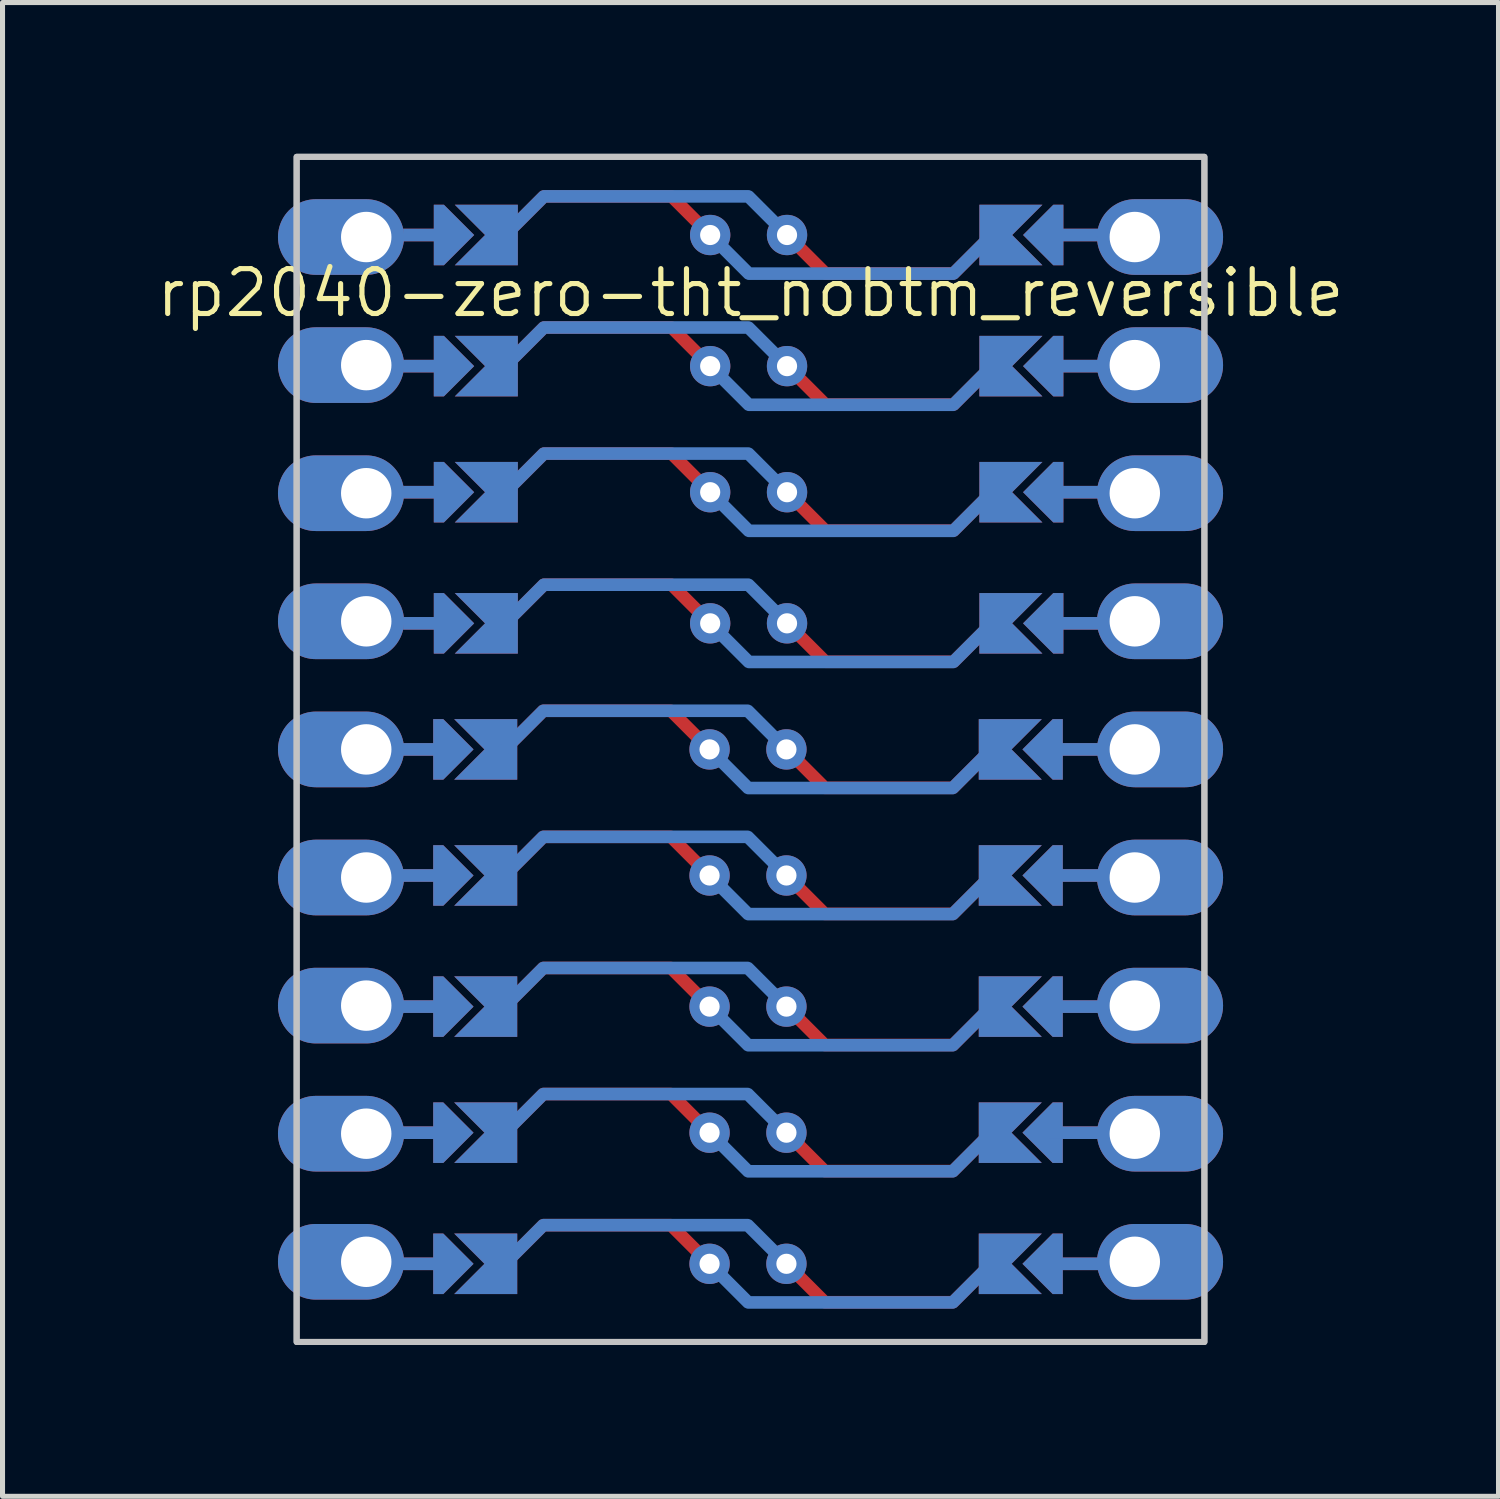
<source format=kicad_pcb>
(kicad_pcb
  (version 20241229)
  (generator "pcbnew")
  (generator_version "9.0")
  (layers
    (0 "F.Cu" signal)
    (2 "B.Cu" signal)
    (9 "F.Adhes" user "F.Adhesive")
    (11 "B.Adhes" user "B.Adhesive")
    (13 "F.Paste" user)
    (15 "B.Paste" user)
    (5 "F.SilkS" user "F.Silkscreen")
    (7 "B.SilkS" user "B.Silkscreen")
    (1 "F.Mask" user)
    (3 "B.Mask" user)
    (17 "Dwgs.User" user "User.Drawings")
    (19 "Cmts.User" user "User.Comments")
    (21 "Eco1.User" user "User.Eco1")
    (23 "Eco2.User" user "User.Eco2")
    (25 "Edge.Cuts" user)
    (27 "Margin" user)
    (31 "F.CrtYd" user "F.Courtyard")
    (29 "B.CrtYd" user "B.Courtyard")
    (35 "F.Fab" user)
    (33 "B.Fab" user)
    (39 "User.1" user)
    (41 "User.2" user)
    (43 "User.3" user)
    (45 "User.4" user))
  (footprint "rp2040-zero-tht_nobtm_reversible"
    (layer "F.Cu")
    (at 11.832 11.76)
    (property "Reference" "rp2040-zero-tht_nobtm_reversible" (at 0 -9 0) (layer "F.SilkS") (effects (font (size 0.889 0.889) (thickness 0.102))))
    (attr through_hole exclude_from_pos_files)
    (fp_rect (start -9 -11.7) (end 9 11.8) (stroke (width 0.12) (type solid)) (fill no) (layer "Dwgs.User"))
    (fp_rect (start -9 -11.7) (end 9 11.8) (stroke (width 0.12) (type solid)) (fill no) (layer "Dwgs.User"))
    (pad "" thru_hole oval (at -7.62 -10.11) (size 2.5 1.5) (drill 1 (offset -0.5 0)) (layers "*.Cu" "*.Mask"))
    (pad "" thru_hole oval (at -7.62 -7.57) (size 2.5 1.5) (drill 1 (offset -0.5 0)) (layers "*.Cu" "*.Mask"))
    (pad "" thru_hole oval (at -7.62 -5.03) (size 2.5 1.5) (drill 1 (offset -0.5 0)) (layers "*.Cu" "*.Mask"))
    (pad "" thru_hole oval (at -7.62 -2.49) (size 2.5 1.5) (drill 1 (offset -0.5 0)) (layers "*.Cu" "*.Mask"))
    (pad "" thru_hole oval (at -7.62 0.05) (size 2.5 1.5) (drill 1 (offset -0.5 0)) (layers "*.Cu" "*.Mask"))
    (pad "" thru_hole oval (at -7.62 2.59) (size 2.5 1.5) (drill 1 (offset -0.5 0)) (layers "*.Cu" "*.Mask"))
    (pad "" thru_hole oval (at -7.62 5.13) (size 2.5 1.5) (drill 1 (offset -0.5 0)) (layers "*.Cu" "*.Mask"))
    (pad "" thru_hole oval (at -7.62 7.67) (size 2.5 1.5) (drill 1 (offset -0.5 0)) (layers "*.Cu" "*.Mask"))
    (pad "" thru_hole oval (at -7.62 10.21) (size 2.5 1.5) (drill 1 (offset -0.5 0)) (layers "*.Cu" "*.Mask"))
    (pad "" smd custom (at -6.4 0.05 90) (size 0.25 1) (layers "F.Cu") (options (anchor rect)) (primitives))
    (pad "" smd custom (at -6.4 0.05 90) (size 0.25 1) (layers "B.Cu") (options (anchor rect)) (primitives))
    (pad "" smd custom (at -6.4 2.55 90) (size 0.25 1) (layers "F.Cu") (options (anchor rect)) (primitives))
    (pad "" smd custom (at -6.4 2.55 90) (size 0.25 1) (layers "B.Cu") (options (anchor rect)) (primitives))
    (pad "" smd custom (at -6.4 5.15 90) (size 0.25 1) (layers "F.Cu") (options (anchor rect)) (primitives))
    (pad "" smd custom (at -6.4 5.15 90) (size 0.25 1) (layers "B.Cu") (options (anchor rect)) (primitives))
    (pad "" smd custom (at -6.4 7.65 90) (size 0.25 1) (layers "F.Cu") (options (anchor rect)) (primitives))
    (pad "" smd custom (at -6.4 7.65 90) (size 0.25 1) (layers "B.Cu") (options (anchor rect)) (primitives))
    (pad "" smd custom (at -6.4 10.25 90) (size 0.25 1) (layers "F.Cu") (options (anchor rect)) (primitives))
    (pad "" smd custom (at -6.4 10.25 90) (size 0.25 1) (layers "B.Cu") (options (anchor rect)) (primitives))
    (pad "" smd custom (at -6.388 -10.15 90) (size 0.25 1) (layers "F.Cu") (options (anchor rect)) (primitives))
    (pad "" smd custom (at -6.388 -10.15 90) (size 0.25 1) (layers "B.Cu") (options (anchor rect)) (primitives))
    (pad "" smd custom (at -6.388 -7.55 90) (size 0.25 1) (layers "F.Cu") (options (anchor rect)) (primitives))
    (pad "" smd custom (at -6.388 -7.55 90) (size 0.25 1) (layers "B.Cu") (options (anchor rect)) (primitives))
    (pad "" smd custom (at -6.388 -5.05 90) (size 0.25 1) (layers "F.Cu") (options (anchor rect)) (primitives))
    (pad "" smd custom (at -6.388 -5.05 90) (size 0.25 1) (layers "B.Cu") (options (anchor rect)) (primitives))
    (pad "" smd custom (at -6.388 -2.45 90) (size 0.25 1) (layers "F.Cu") (options (anchor rect)) (primitives))
    (pad "" smd custom (at -6.388 -2.45 90) (size 0.25 1) (layers "B.Cu") (options (anchor rect)) (primitives))
    (pad "" smd custom (at -5.892 0.05 90) (size 0.1 0.1) (layers "F.Cu" "F.Mask") (options (anchor rect)) (primitives (gr_poly (pts (xy 0.6 -0.4) (xy -0.6 -0.4) (xy -0.6 -0.2) (xy 0 0.4) (xy 0.6 -0.2)) (width 0) (fill yes))))
    (pad "" smd custom (at -5.892 0.05 90) (size 0.1 0.1) (layers "B.Cu" "B.Mask") (options (anchor rect)) (primitives (gr_poly (pts (xy 0.6 -0.4) (xy -0.6 -0.4) (xy -0.6 -0.2) (xy 0 0.4) (xy 0.6 -0.2)) (width 0) (fill yes))))
    (pad "" smd custom (at -5.892 2.55 90) (size 0.1 0.1) (layers "F.Cu" "F.Mask") (options (anchor rect)) (primitives (gr_poly (pts (xy 0.6 -0.4) (xy -0.6 -0.4) (xy -0.6 -0.2) (xy 0 0.4) (xy 0.6 -0.2)) (width 0) (fill yes))))
    (pad "" smd custom (at -5.892 2.55 90) (size 0.1 0.1) (layers "B.Cu" "B.Mask") (options (anchor rect)) (primitives (gr_poly (pts (xy 0.6 -0.4) (xy -0.6 -0.4) (xy -0.6 -0.2) (xy 0 0.4) (xy 0.6 -0.2)) (width 0) (fill yes))))
    (pad "" smd custom (at -5.892 5.15 90) (size 0.1 0.1) (layers "F.Cu" "F.Mask") (options (anchor rect)) (primitives (gr_poly (pts (xy 0.6 -0.4) (xy -0.6 -0.4) (xy -0.6 -0.2) (xy 0 0.4) (xy 0.6 -0.2)) (width 0) (fill yes))))
    (pad "" smd custom (at -5.892 5.15 90) (size 0.1 0.1) (layers "B.Cu" "B.Mask") (options (anchor rect)) (primitives (gr_poly (pts (xy 0.6 -0.4) (xy -0.6 -0.4) (xy -0.6 -0.2) (xy 0 0.4) (xy 0.6 -0.2)) (width 0) (fill yes))))
    (pad "" smd custom (at -5.892 7.65 90) (size 0.1 0.1) (layers "F.Cu" "F.Mask") (options (anchor rect)) (primitives (gr_poly (pts (xy 0.6 -0.4) (xy -0.6 -0.4) (xy -0.6 -0.2) (xy 0 0.4) (xy 0.6 -0.2)) (width 0) (fill yes))))
    (pad "" smd custom (at -5.892 7.65 90) (size 0.1 0.1) (layers "B.Cu" "B.Mask") (options (anchor rect)) (primitives (gr_poly (pts (xy 0.6 -0.4) (xy -0.6 -0.4) (xy -0.6 -0.2) (xy 0 0.4) (xy 0.6 -0.2)) (width 0) (fill yes))))
    (pad "" smd custom (at -5.892 10.25 90) (size 0.1 0.1) (layers "F.Cu" "F.Mask") (options (anchor rect)) (primitives (gr_poly (pts (xy 0.6 -0.4) (xy -0.6 -0.4) (xy -0.6 -0.2) (xy 0 0.4) (xy 0.6 -0.2)) (width 0) (fill yes))))
    (pad "" smd custom (at -5.892 10.25 90) (size 0.1 0.1) (layers "B.Cu" "B.Mask") (options (anchor rect)) (primitives (gr_poly (pts (xy 0.6 -0.4) (xy -0.6 -0.4) (xy -0.6 -0.2) (xy 0 0.4) (xy 0.6 -0.2)) (width 0) (fill yes))))
    (pad "" smd custom (at -5.88 -10.15 90) (size 0.1 0.1) (layers "F.Cu" "F.Mask") (options (anchor rect)) (primitives (gr_poly (pts (xy 0.6 -0.4) (xy -0.6 -0.4) (xy -0.6 -0.2) (xy 0 0.4) (xy 0.6 -0.2)) (width 0) (fill yes))))
    (pad "" smd custom (at -5.88 -10.15 90) (size 0.1 0.1) (layers "B.Cu" "B.Mask") (options (anchor rect)) (primitives (gr_poly (pts (xy 0.6 -0.4) (xy -0.6 -0.4) (xy -0.6 -0.2) (xy 0 0.4) (xy 0.6 -0.2)) (width 0) (fill yes))))
    (pad "" smd custom (at -5.88 -7.55 90) (size 0.1 0.1) (layers "F.Cu" "F.Mask") (options (anchor rect)) (primitives (gr_poly (pts (xy 0.6 -0.4) (xy -0.6 -0.4) (xy -0.6 -0.2) (xy 0 0.4) (xy 0.6 -0.2)) (width 0) (fill yes))))
    (pad "" smd custom (at -5.88 -7.55 90) (size 0.1 0.1) (layers "B.Cu" "B.Mask") (options (anchor rect)) (primitives (gr_poly (pts (xy 0.6 -0.4) (xy -0.6 -0.4) (xy -0.6 -0.2) (xy 0 0.4) (xy 0.6 -0.2)) (width 0) (fill yes))))
    (pad "" smd custom (at -5.88 -5.05 90) (size 0.1 0.1) (layers "F.Cu" "F.Mask") (options (anchor rect)) (primitives (gr_poly (pts (xy 0.6 -0.4) (xy -0.6 -0.4) (xy -0.6 -0.2) (xy 0 0.4) (xy 0.6 -0.2)) (width 0) (fill yes))))
    (pad "" smd custom (at -5.88 -5.05 90) (size 0.1 0.1) (layers "B.Cu" "B.Mask") (options (anchor rect)) (primitives (gr_poly (pts (xy 0.6 -0.4) (xy -0.6 -0.4) (xy -0.6 -0.2) (xy 0 0.4) (xy 0.6 -0.2)) (width 0) (fill yes))))
    (pad "" smd custom (at -5.88 -2.45 90) (size 0.1 0.1) (layers "F.Cu" "F.Mask") (options (anchor rect)) (primitives (gr_poly (pts (xy 0.6 -0.4) (xy -0.6 -0.4) (xy -0.6 -0.2) (xy 0 0.4) (xy 0.6 -0.2)) (width 0) (fill yes))))
    (pad "" smd custom (at -5.88 -2.45 90) (size 0.1 0.1) (layers "B.Cu" "B.Mask") (options (anchor rect)) (primitives (gr_poly (pts (xy 0.6 -0.4) (xy -0.6 -0.4) (xy -0.6 -0.2) (xy 0 0.4) (xy 0.6 -0.2)) (width 0) (fill yes))))
    (pad "" smd custom (at 5.792 0.05 270) (size 0.1 0.1) (layers "F.Cu" "F.Mask") (options (anchor rect)) (primitives (gr_poly (pts (xy 0.6 -0.4) (xy -0.6 -0.4) (xy -0.6 -0.2) (xy 0 0.4) (xy 0.6 -0.2)) (width 0) (fill yes))))
    (pad "" smd custom (at 5.792 0.05 270) (size 0.1 0.1) (layers "B.Cu" "B.Mask") (options (anchor rect)) (primitives (gr_poly (pts (xy 0.6 -0.4) (xy -0.6 -0.4) (xy -0.6 -0.2) (xy 0 0.4) (xy 0.6 -0.2)) (width 0) (fill yes))))
    (pad "" smd custom (at 5.792 2.55 270) (size 0.1 0.1) (layers "F.Cu" "F.Mask") (options (anchor rect)) (primitives (gr_poly (pts (xy 0.6 -0.4) (xy -0.6 -0.4) (xy -0.6 -0.2) (xy 0 0.4) (xy 0.6 -0.2)) (width 0) (fill yes))))
    (pad "" smd custom (at 5.792 2.55 270) (size 0.1 0.1) (layers "B.Cu" "B.Mask") (options (anchor rect)) (primitives (gr_poly (pts (xy 0.6 -0.4) (xy -0.6 -0.4) (xy -0.6 -0.2) (xy 0 0.4) (xy 0.6 -0.2)) (width 0) (fill yes))))
    (pad "" smd custom (at 5.792 5.15 270) (size 0.1 0.1) (layers "F.Cu" "F.Mask") (options (anchor rect)) (primitives (gr_poly (pts (xy 0.6 -0.4) (xy -0.6 -0.4) (xy -0.6 -0.2) (xy 0 0.4) (xy 0.6 -0.2)) (width 0) (fill yes))))
    (pad "" smd custom (at 5.792 5.15 270) (size 0.1 0.1) (layers "B.Cu" "B.Mask") (options (anchor rect)) (primitives (gr_poly (pts (xy 0.6 -0.4) (xy -0.6 -0.4) (xy -0.6 -0.2) (xy 0 0.4) (xy 0.6 -0.2)) (width 0) (fill yes))))
    (pad "" smd custom (at 5.792 7.65 270) (size 0.1 0.1) (layers "F.Cu" "F.Mask") (options (anchor rect)) (primitives (gr_poly (pts (xy 0.6 -0.4) (xy -0.6 -0.4) (xy -0.6 -0.2) (xy 0 0.4) (xy 0.6 -0.2)) (width 0) (fill yes))))
    (pad "" smd custom (at 5.792 7.65 270) (size 0.1 0.1) (layers "B.Cu" "B.Mask") (options (anchor rect)) (primitives (gr_poly (pts (xy 0.6 -0.4) (xy -0.6 -0.4) (xy -0.6 -0.2) (xy 0 0.4) (xy 0.6 -0.2)) (width 0) (fill yes))))
    (pad "" smd custom (at 5.792 10.25 270) (size 0.1 0.1) (layers "F.Cu" "F.Mask") (options (anchor rect)) (primitives (gr_poly (pts (xy 0.6 -0.4) (xy -0.6 -0.4) (xy -0.6 -0.2) (xy 0 0.4) (xy 0.6 -0.2)) (width 0) (fill yes))))
    (pad "" smd custom (at 5.792 10.25 270) (size 0.1 0.1) (layers "B.Cu" "B.Mask") (options (anchor rect)) (primitives (gr_poly (pts (xy 0.6 -0.4) (xy -0.6 -0.4) (xy -0.6 -0.2) (xy 0 0.4) (xy 0.6 -0.2)) (width 0) (fill yes))))
    (pad "" smd custom (at 5.804 -10.15 270) (size 0.1 0.1) (layers "F.Cu" "F.Mask") (options (anchor rect)) (primitives (gr_poly (pts (xy 0.6 -0.4) (xy -0.6 -0.4) (xy -0.6 -0.2) (xy 0 0.4) (xy 0.6 -0.2)) (width 0) (fill yes))))
    (pad "" smd custom (at 5.804 -10.15 270) (size 0.1 0.1) (layers "B.Cu" "B.Mask") (options (anchor rect)) (primitives (gr_poly (pts (xy 0.6 -0.4) (xy -0.6 -0.4) (xy -0.6 -0.2) (xy 0 0.4) (xy 0.6 -0.2)) (width 0) (fill yes))))
    (pad "" smd custom (at 5.804 -7.55 270) (size 0.1 0.1) (layers "F.Cu" "F.Mask") (options (anchor rect)) (primitives (gr_poly (pts (xy 0.6 -0.4) (xy -0.6 -0.4) (xy -0.6 -0.2) (xy 0 0.4) (xy 0.6 -0.2)) (width 0) (fill yes))))
    (pad "" smd custom (at 5.804 -7.55 270) (size 0.1 0.1) (layers "B.Cu" "B.Mask") (options (anchor rect)) (primitives (gr_poly (pts (xy 0.6 -0.4) (xy -0.6 -0.4) (xy -0.6 -0.2) (xy 0 0.4) (xy 0.6 -0.2)) (width 0) (fill yes))))
    (pad "" smd custom (at 5.804 -5.05 270) (size 0.1 0.1) (layers "F.Cu" "F.Mask") (options (anchor rect)) (primitives (gr_poly (pts (xy 0.6 -0.4) (xy -0.6 -0.4) (xy -0.6 -0.2) (xy 0 0.4) (xy 0.6 -0.2)) (width 0) (fill yes))))
    (pad "" smd custom (at 5.804 -5.05 270) (size 0.1 0.1) (layers "B.Cu" "B.Mask") (options (anchor rect)) (primitives (gr_poly (pts (xy 0.6 -0.4) (xy -0.6 -0.4) (xy -0.6 -0.2) (xy 0 0.4) (xy 0.6 -0.2)) (width 0) (fill yes))))
    (pad "" smd custom (at 5.804 -2.45 270) (size 0.1 0.1) (layers "F.Cu" "F.Mask") (options (anchor rect)) (primitives (gr_poly (pts (xy 0.6 -0.4) (xy -0.6 -0.4) (xy -0.6 -0.2) (xy 0 0.4) (xy 0.6 -0.2)) (width 0) (fill yes))))
    (pad "" smd custom (at 5.804 -2.45 270) (size 0.1 0.1) (layers "B.Cu" "B.Mask") (options (anchor rect)) (primitives (gr_poly (pts (xy 0.6 -0.4) (xy -0.6 -0.4) (xy -0.6 -0.2) (xy 0 0.4) (xy 0.6 -0.2)) (width 0) (fill yes))))
    (pad "" smd custom (at 6.388 0.05 270) (size 0.25 1) (layers "F.Cu") (options (anchor rect)) (primitives))
    (pad "" smd custom (at 6.388 2.55 270) (size 0.25 1) (layers "F.Cu") (options (anchor rect)) (primitives))
    (pad "" smd custom (at 6.388 5.15 270) (size 0.25 1) (layers "F.Cu") (options (anchor rect)) (primitives))
    (pad "" smd custom (at 6.388 7.65 270) (size 0.25 1) (layers "F.Cu") (options (anchor rect)) (primitives))
    (pad "" smd custom (at 6.388 10.25 270) (size 0.25 1) (layers "F.Cu") (options (anchor rect)) (primitives))
    (pad "" smd custom (at 6.4 -10.15 270) (size 0.25 1) (layers "F.Cu") (options (anchor rect)) (primitives))
    (pad "" smd custom (at 6.4 -10.15 270) (size 0.25 1) (layers "B.Cu") (options (anchor rect)) (primitives))
    (pad "" smd custom (at 6.4 -7.55 270) (size 0.25 1) (layers "F.Cu") (options (anchor rect)) (primitives))
    (pad "" smd custom (at 6.4 -7.55 270) (size 0.25 1) (layers "B.Cu") (options (anchor rect)) (primitives))
    (pad "" smd custom (at 6.4 -5.05 270) (size 0.25 1) (layers "F.Cu") (options (anchor rect)) (primitives))
    (pad "" smd custom (at 6.4 -5.05 270) (size 0.25 1) (layers "B.Cu") (options (anchor rect)) (primitives))
    (pad "" smd custom (at 6.4 -2.45 270) (size 0.25 1) (layers "F.Cu") (options (anchor rect)) (primitives))
    (pad "" smd custom (at 6.4 -2.45 270) (size 0.25 1) (layers "B.Cu") (options (anchor rect)) (primitives))
    (pad "" smd custom (at 6.4 0.05 270) (size 0.25 1) (layers "B.Cu") (options (anchor rect)) (primitives))
    (pad "" smd custom (at 6.4 2.55 270) (size 0.25 1) (layers "B.Cu") (options (anchor rect)) (primitives))
    (pad "" smd custom (at 6.4 5.15 270) (size 0.25 1) (layers "B.Cu") (options (anchor rect)) (primitives))
    (pad "" smd custom (at 6.4 7.65 270) (size 0.25 1) (layers "B.Cu") (options (anchor rect)) (primitives))
    (pad "" smd custom (at 6.4 10.25 270) (size 0.25 1) (layers "B.Cu") (options (anchor rect)) (primitives))
    (pad "" thru_hole oval (at 7.62 -10.11 180) (size 2.5 1.5) (drill 1 (offset -0.5 0)) (layers "*.Cu" "*.Mask"))
    (pad "" thru_hole oval (at 7.62 -7.57 180) (size 2.5 1.5) (drill 1 (offset -0.5 0)) (layers "*.Cu" "*.Mask"))
    (pad "" thru_hole oval (at 7.62 -5.03 180) (size 2.5 1.5) (drill 1 (offset -0.5 0)) (layers "*.Cu" "*.Mask"))
    (pad "" thru_hole oval (at 7.62 -2.49 180) (size 2.5 1.5) (drill 1 (offset -0.5 0)) (layers "*.Cu" "*.Mask"))
    (pad "" thru_hole oval (at 7.62 0.05 180) (size 2.5 1.5) (drill 1 (offset -0.5 0)) (layers "*.Cu" "*.Mask"))
    (pad "" thru_hole oval (at 7.62 2.59 180) (size 2.5 1.5) (drill 1 (offset -0.5 0)) (layers "*.Cu" "*.Mask"))
    (pad "" thru_hole oval (at 7.62 5.13 180) (size 2.5 1.5) (drill 1 (offset -0.5 0)) (layers "*.Cu" "*.Mask"))
    (pad "" thru_hole oval (at 7.62 7.67 180) (size 2.5 1.5) (drill 1 (offset -0.5 0)) (layers "*.Cu" "*.Mask"))
    (pad "" thru_hole oval (at 7.62 10.21 180) (size 2.5 1.5) (drill 1 (offset -0.5 0)) (layers "*.Cu" "*.Mask"))
    (pad "1" smd custom (at -4.864 -10.15 90) (size 1.2 0.5) (layers "F.Cu" "F.Mask") (options (anchor rect)) (primitives (gr_poly (pts (xy 0.6 0) (xy -0.6 0) (xy -0.6 -1) (xy 0 -0.4) (xy 0.6 -1)) (width 0) (fill yes))))
    (pad "1" smd custom (at -0.8 -10.15 90) (size 0.25 0.25) (layers "F.Cu") (options (anchor circle)) (primitives (gr_line (start 0 0) (end 0.766 -0.766) (width 0.25)) (gr_line (start 0.766 -0.766) (end 0.766 -3.298) (width 0.25)) (gr_line (start 0.766 -3.298) (end 0 -4.064) (width 0.25))))
    (pad "1" smd custom (at -0.8 -10.15 90) (size 0.25 0.25) (layers "B.Cu") (options (anchor circle)) (primitives (gr_line (start 0 0) (end -0.766 0.766) (width 0.25)) (gr_line (start -0.766 0.766) (end -0.766 4.822) (width 0.25)) (gr_line (start -0.766 4.822) (end 0 5.588) (width 0.25))))
    (pad "1" thru_hole circle (at -0.8 -10.15 270) (size 0.8 0.8) (drill 0.4) (layers "*.Cu"))
    (pad "1" smd custom (at 4.788 -10.15 270) (size 1.2 0.5) (layers "B.Cu" "B.Mask") (options (anchor rect)) (primitives (gr_poly (pts (xy 0.6 0) (xy -0.6 0) (xy -0.6 -1) (xy 0 -0.4) (xy 0.6 -1)) (width 0) (fill yes))))
    (pad "2" smd custom (at -4.864 -7.55 90) (size 1.2 0.5) (layers "F.Cu" "F.Mask") (options (anchor rect)) (primitives (gr_poly (pts (xy 0.6 0) (xy -0.6 0) (xy -0.6 -1) (xy 0 -0.4) (xy 0.6 -1)) (width 0) (fill yes))))
    (pad "2" smd custom (at -0.8 -7.55 90) (size 0.25 0.25) (layers "F.Cu") (options (anchor circle)) (primitives (gr_line (start 0 0) (end 0.766 -0.766) (width 0.25)) (gr_line (start 0.766 -0.766) (end 0.766 -3.298) (width 0.25)) (gr_line (start 0.766 -3.298) (end 0 -4.064) (width 0.25))))
    (pad "2" smd custom (at -0.8 -7.55 90) (size 0.25 0.25) (layers "B.Cu") (options (anchor circle)) (primitives (gr_line (start 0 0) (end -0.766 0.766) (width 0.25)) (gr_line (start -0.766 0.766) (end -0.766 4.822) (width 0.25)) (gr_line (start -0.766 4.822) (end 0 5.588) (width 0.25))))
    (pad "2" thru_hole circle (at -0.8 -7.55 270) (size 0.8 0.8) (drill 0.4) (layers "*.Cu"))
    (pad "2" smd custom (at 4.788 -7.55 270) (size 1.2 0.5) (layers "B.Cu" "B.Mask") (options (anchor rect)) (primitives (gr_poly (pts (xy 0.6 0) (xy -0.6 0) (xy -0.6 -1) (xy 0 -0.4) (xy 0.6 -1)) (width 0) (fill yes))))
    (pad "3" smd custom (at -4.864 -5.05 90) (size 1.2 0.5) (layers "F.Cu" "F.Mask") (options (anchor rect)) (primitives (gr_poly (pts (xy 0.6 0) (xy -0.6 0) (xy -0.6 -1) (xy 0 -0.4) (xy 0.6 -1)) (width 0) (fill yes))))
    (pad "3" smd custom (at -0.8 -5.05 90) (size 0.25 0.25) (layers "F.Cu") (options (anchor circle)) (primitives (gr_line (start 0 0) (end 0.766 -0.766) (width 0.25)) (gr_line (start 0.766 -0.766) (end 0.766 -3.298) (width 0.25)) (gr_line (start 0.766 -3.298) (end 0 -4.064) (width 0.25))))
    (pad "3" smd custom (at -0.8 -5.05 90) (size 0.25 0.25) (layers "B.Cu") (options (anchor circle)) (primitives (gr_line (start 0 0) (end -0.766 0.766) (width 0.25)) (gr_line (start -0.766 0.766) (end -0.766 4.822) (width 0.25)) (gr_line (start -0.766 4.822) (end 0 5.588) (width 0.25))))
    (pad "3" thru_hole circle (at -0.8 -5.05 270) (size 0.8 0.8) (drill 0.4) (layers "*.Cu"))
    (pad "3" smd custom (at 4.788 -5.05 270) (size 1.2 0.5) (layers "B.Cu" "B.Mask") (options (anchor rect)) (primitives (gr_poly (pts (xy 0.6 0) (xy -0.6 0) (xy -0.6 -1) (xy 0 -0.4) (xy 0.6 -1)) (width 0) (fill yes))))
    (pad "4" smd custom (at -4.864 -2.45 90) (size 1.2 0.5) (layers "F.Cu" "F.Mask") (options (anchor rect)) (primitives (gr_poly (pts (xy 0.6 0) (xy -0.6 0) (xy -0.6 -1) (xy 0 -0.4) (xy 0.6 -1)) (width 0) (fill yes))))
    (pad "4" smd custom (at -0.8 -2.45 90) (size 0.25 0.25) (layers "F.Cu") (options (anchor circle)) (primitives (gr_line (start 0 0) (end 0.766 -0.766) (width 0.25)) (gr_line (start 0.766 -0.766) (end 0.766 -3.298) (width 0.25)) (gr_line (start 0.766 -3.298) (end 0 -4.064) (width 0.25))))
    (pad "4" smd custom (at -0.8 -2.45 90) (size 0.25 0.25) (layers "B.Cu") (options (anchor circle)) (primitives (gr_line (start 0 0) (end -0.766 0.766) (width 0.25)) (gr_line (start -0.766 0.766) (end -0.766 4.822) (width 0.25)) (gr_line (start -0.766 4.822) (end 0 5.588) (width 0.25))))
    (pad "4" thru_hole circle (at -0.8 -2.45 270) (size 0.8 0.8) (drill 0.4) (layers "*.Cu"))
    (pad "4" smd custom (at 4.788 -2.45 270) (size 1.2 0.5) (layers "B.Cu" "B.Mask") (options (anchor rect)) (primitives (gr_poly (pts (xy 0.6 0) (xy -0.6 0) (xy -0.6 -1) (xy 0 -0.4) (xy 0.6 -1)) (width 0) (fill yes))))
    (pad "5" smd custom (at -4.876 0.05 90) (size 1.2 0.5) (layers "F.Cu" "F.Mask") (options (anchor rect)) (primitives (gr_poly (pts (xy 0.6 0) (xy -0.6 0) (xy -0.6 -1) (xy 0 -0.4) (xy 0.6 -1)) (width 0) (fill yes))))
    (pad "5" smd custom (at -0.812 0.05 90) (size 0.25 0.25) (layers "F.Cu") (options (anchor circle)) (primitives (gr_line (start 0 0) (end 0.766 -0.766) (width 0.25)) (gr_line (start 0.766 -0.766) (end 0.766 -3.298) (width 0.25)) (gr_line (start 0.766 -3.298) (end 0 -4.064) (width 0.25))))
    (pad "5" smd custom (at -0.812 0.05 90) (size 0.25 0.25) (layers "B.Cu") (options (anchor circle)) (primitives (gr_line (start 0 0) (end -0.766 0.766) (width 0.25)) (gr_line (start -0.766 0.766) (end -0.766 4.822) (width 0.25)) (gr_line (start -0.766 4.822) (end 0 5.588) (width 0.25))))
    (pad "5" thru_hole circle (at -0.812 0.05 270) (size 0.8 0.8) (drill 0.4) (layers "*.Cu"))
    (pad "5" smd custom (at 4.776 0.05 270) (size 1.2 0.5) (layers "B.Cu" "B.Mask") (options (anchor rect)) (primitives (gr_poly (pts (xy 0.6 0) (xy -0.6 0) (xy -0.6 -1) (xy 0 -0.4) (xy 0.6 -1)) (width 0) (fill yes))))
    (pad "6" smd custom (at -4.876 2.55 90) (size 1.2 0.5) (layers "F.Cu" "F.Mask") (options (anchor rect)) (primitives (gr_poly (pts (xy 0.6 0) (xy -0.6 0) (xy -0.6 -1) (xy 0 -0.4) (xy 0.6 -1)) (width 0) (fill yes))))
    (pad "6" smd custom (at -0.812 2.55 90) (size 0.25 0.25) (layers "F.Cu") (options (anchor circle)) (primitives (gr_line (start 0 0) (end 0.766 -0.766) (width 0.25)) (gr_line (start 0.766 -0.766) (end 0.766 -3.298) (width 0.25)) (gr_line (start 0.766 -3.298) (end 0 -4.064) (width 0.25))))
    (pad "6" smd custom (at -0.812 2.55 90) (size 0.25 0.25) (layers "B.Cu") (options (anchor circle)) (primitives (gr_line (start 0 0) (end -0.766 0.766) (width 0.25)) (gr_line (start -0.766 0.766) (end -0.766 4.822) (width 0.25)) (gr_line (start -0.766 4.822) (end 0 5.588) (width 0.25))))
    (pad "6" thru_hole circle (at -0.812 2.55 270) (size 0.8 0.8) (drill 0.4) (layers "*.Cu"))
    (pad "6" smd custom (at 4.776 2.55 270) (size 1.2 0.5) (layers "B.Cu" "B.Mask") (options (anchor rect)) (primitives (gr_poly (pts (xy 0.6 0) (xy -0.6 0) (xy -0.6 -1) (xy 0 -0.4) (xy 0.6 -1)) (width 0) (fill yes))))
    (pad "7" smd custom (at -4.876 5.15 90) (size 1.2 0.5) (layers "F.Cu" "F.Mask") (options (anchor rect)) (primitives (gr_poly (pts (xy 0.6 0) (xy -0.6 0) (xy -0.6 -1) (xy 0 -0.4) (xy 0.6 -1)) (width 0) (fill yes))))
    (pad "7" smd custom (at -0.812 5.15 90) (size 0.25 0.25) (layers "F.Cu") (options (anchor circle)) (primitives (gr_line (start 0 0) (end 0.766 -0.766) (width 0.25)) (gr_line (start 0.766 -0.766) (end 0.766 -3.298) (width 0.25)) (gr_line (start 0.766 -3.298) (end 0 -4.064) (width 0.25))))
    (pad "7" smd custom (at -0.812 5.15 90) (size 0.25 0.25) (layers "B.Cu") (options (anchor circle)) (primitives (gr_line (start 0 0) (end -0.766 0.766) (width 0.25)) (gr_line (start -0.766 0.766) (end -0.766 4.822) (width 0.25)) (gr_line (start -0.766 4.822) (end 0 5.588) (width 0.25))))
    (pad "7" thru_hole circle (at -0.812 5.15 270) (size 0.8 0.8) (drill 0.4) (layers "*.Cu"))
    (pad "7" smd custom (at 4.776 5.15 270) (size 1.2 0.5) (layers "B.Cu" "B.Mask") (options (anchor rect)) (primitives (gr_poly (pts (xy 0.6 0) (xy -0.6 0) (xy -0.6 -1) (xy 0 -0.4) (xy 0.6 -1)) (width 0) (fill yes))))
    (pad "8" smd custom (at -4.876 7.65 90) (size 1.2 0.5) (layers "F.Cu" "F.Mask") (options (anchor rect)) (primitives (gr_poly (pts (xy 0.6 0) (xy -0.6 0) (xy -0.6 -1) (xy 0 -0.4) (xy 0.6 -1)) (width 0) (fill yes))))
    (pad "8" smd custom (at -0.812 7.65 90) (size 0.25 0.25) (layers "F.Cu") (options (anchor circle)) (primitives (gr_line (start 0 0) (end 0.766 -0.766) (width 0.25)) (gr_line (start 0.766 -0.766) (end 0.766 -3.298) (width 0.25)) (gr_line (start 0.766 -3.298) (end 0 -4.064) (width 0.25))))
    (pad "8" smd custom (at -0.812 7.65 90) (size 0.25 0.25) (layers "B.Cu") (options (anchor circle)) (primitives (gr_line (start 0 0) (end -0.766 0.766) (width 0.25)) (gr_line (start -0.766 0.766) (end -0.766 4.822) (width 0.25)) (gr_line (start -0.766 4.822) (end 0 5.588) (width 0.25))))
    (pad "8" thru_hole circle (at -0.812 7.65 315) (size 0.8 0.8) (drill 0.4) (layers "*.Cu"))
    (pad "8" smd custom (at 4.776 7.65 270) (size 1.2 0.5) (layers "B.Cu" "B.Mask") (options (anchor rect)) (primitives (gr_poly (pts (xy 0.6 0) (xy -0.6 0) (xy -0.6 -1) (xy 0 -0.4) (xy 0.6 -1)) (width 0) (fill yes))))
    (pad "9" smd custom (at -4.876 10.25 90) (size 1.2 0.5) (layers "F.Cu" "F.Mask") (options (anchor rect)) (primitives (gr_poly (pts (xy 0.6 0) (xy -0.6 0) (xy -0.6 -1) (xy 0 -0.4) (xy 0.6 -1)) (width 0) (fill yes))))
    (pad "9" smd custom (at -0.812 10.25 90) (size 0.25 0.25) (layers "F.Cu") (options (anchor circle)) (primitives (gr_line (start 0 0) (end 0.766 -0.766) (width 0.25)) (gr_line (start 0.766 -0.766) (end 0.766 -3.298) (width 0.25)) (gr_line (start 0.766 -3.298) (end 0 -4.064) (width 0.25))))
    (pad "9" smd custom (at -0.812 10.25 90) (size 0.25 0.25) (layers "B.Cu") (options (anchor circle)) (primitives (gr_line (start 0 0) (end -0.766 0.766) (width 0.25)) (gr_line (start -0.766 0.766) (end -0.766 4.822) (width 0.25)) (gr_line (start -0.766 4.822) (end 0 5.588) (width 0.25))))
    (pad "9" thru_hole circle (at -0.812 10.25 270) (size 0.8 0.8) (drill 0.4) (layers "*.Cu"))
    (pad "9" smd custom (at 4.776 10.25 270) (size 1.2 0.5) (layers "B.Cu" "B.Mask") (options (anchor rect)) (primitives (gr_poly (pts (xy 0.6 0) (xy -0.6 0) (xy -0.6 -1) (xy 0 -0.4) (xy 0.6 -1)) (width 0) (fill yes))))
    (pad "15" smd custom (at -4.876 10.25 90) (size 1.2 0.5) (layers "B.Cu" "B.Mask") (options (anchor rect)) (primitives (gr_poly (pts (xy 0.6 0) (xy -0.6 0) (xy -0.6 -1) (xy 0 -0.4) (xy 0.6 -1)) (width 0) (fill yes))))
    (pad "15" smd custom (at 0.712 10.25 270) (size 0.25 0.25) (layers "F.Cu") (options (anchor circle)) (primitives (gr_line (start 0 0) (end 0.762 -0.762) (width 0.25)) (gr_line (start 0.762 -0.762) (end 0.762 -3.302) (width 0.25)) (gr_line (start 0.762 -3.302) (end 0 -4.064) (width 0.25))))
    (pad "15" smd custom (at 0.712 10.25 270) (size 0.25 0.25) (layers "B.Cu") (options (anchor circle)) (primitives (gr_line (start 0 0) (end -0.766 0.766) (width 0.25)) (gr_line (start -0.766 0.766) (end -0.766 4.822) (width 0.25)) (gr_line (start -0.766 4.822) (end 0 5.588) (width 0.25))))
    (pad "15" thru_hole circle (at 0.712 10.25 270) (size 0.8 0.8) (drill 0.4) (layers "*.Cu"))
    (pad "15" smd custom (at 4.776 10.25 270) (size 1.2 0.5) (layers "F.Cu" "F.Mask") (options (anchor rect)) (primitives (gr_poly (pts (xy 0.6 0) (xy -0.6 0) (xy -0.6 -1) (xy 0 -0.4) (xy 0.6 -1)) (width 0) (fill yes))))
    (pad "16" smd custom (at -4.876 7.65 90) (size 1.2 0.5) (layers "B.Cu" "B.Mask") (options (anchor rect)) (primitives (gr_poly (pts (xy 0.6 0) (xy -0.6 0) (xy -0.6 -1) (xy 0 -0.4) (xy 0.6 -1)) (width 0) (fill yes))))
    (pad "16" smd custom (at 0.712 7.65 270) (size 0.25 0.25) (layers "F.Cu") (options (anchor circle)) (primitives (gr_line (start 0 0) (end 0.762 -0.762) (width 0.25)) (gr_line (start 0.762 -0.762) (end 0.762 -3.302) (width 0.25)) (gr_line (start 0.762 -3.302) (end 0 -4.064) (width 0.25))))
    (pad "16" smd custom (at 0.712 7.65 270) (size 0.25 0.25) (layers "B.Cu") (options (anchor circle)) (primitives (gr_line (start 0 0) (end -0.766 0.766) (width 0.25)) (gr_line (start -0.766 0.766) (end -0.766 4.822) (width 0.25)) (gr_line (start -0.766 4.822) (end 0 5.588) (width 0.25))))
    (pad "16" thru_hole circle (at 0.712 7.65 270) (size 0.8 0.8) (drill 0.4) (layers "*.Cu"))
    (pad "16" smd custom (at 4.776 7.65 270) (size 1.2 0.5) (layers "F.Cu" "F.Mask") (options (anchor rect)) (primitives (gr_poly (pts (xy 0.6 0) (xy -0.6 0) (xy -0.6 -1) (xy 0 -0.4) (xy 0.6 -1)) (width 0) (fill yes))))
    (pad "17" smd custom (at -4.876 5.15 90) (size 1.2 0.5) (layers "B.Cu" "B.Mask") (options (anchor rect)) (primitives (gr_poly (pts (xy 0.6 0) (xy -0.6 0) (xy -0.6 -1) (xy 0 -0.4) (xy 0.6 -1)) (width 0) (fill yes))))
    (pad "17" smd custom (at 0.712 5.15 270) (size 0.25 0.25) (layers "F.Cu") (options (anchor circle)) (primitives (gr_line (start 0 0) (end 0.762 -0.762) (width 0.25)) (gr_line (start 0.762 -0.762) (end 0.762 -3.302) (width 0.25)) (gr_line (start 0.762 -3.302) (end 0 -4.064) (width 0.25))))
    (pad "17" smd custom (at 0.712 5.15 270) (size 0.25 0.25) (layers "B.Cu") (options (anchor circle)) (primitives (gr_line (start 0 0) (end -0.766 0.766) (width 0.25)) (gr_line (start -0.766 0.766) (end -0.766 4.822) (width 0.25)) (gr_line (start -0.766 4.822) (end 0 5.588) (width 0.25))))
    (pad "17" thru_hole circle (at 0.712 5.15 270) (size 0.8 0.8) (drill 0.4) (layers "*.Cu"))
    (pad "17" smd custom (at 4.776 5.15 270) (size 1.2 0.5) (layers "F.Cu" "F.Mask") (options (anchor rect)) (primitives (gr_poly (pts (xy 0.6 0) (xy -0.6 0) (xy -0.6 -1) (xy 0 -0.4) (xy 0.6 -1)) (width 0) (fill yes))))
    (pad "18" smd custom (at -4.876 2.55 90) (size 1.2 0.5) (layers "B.Cu" "B.Mask") (options (anchor rect)) (primitives (gr_poly (pts (xy 0.6 0) (xy -0.6 0) (xy -0.6 -1) (xy 0 -0.4) (xy 0.6 -1)) (width 0) (fill yes))))
    (pad "18" smd custom (at 0.712 2.55 270) (size 0.25 0.25) (layers "F.Cu") (options (anchor circle)) (primitives (gr_line (start 0 0) (end 0.762 -0.762) (width 0.25)) (gr_line (start 0.762 -0.762) (end 0.762 -3.302) (width 0.25)) (gr_line (start 0.762 -3.302) (end 0 -4.064) (width 0.25))))
    (pad "18" smd custom (at 0.712 2.55 270) (size 0.25 0.25) (layers "B.Cu") (options (anchor circle)) (primitives (gr_line (start 0 0) (end -0.766 0.766) (width 0.25)) (gr_line (start -0.766 0.766) (end -0.766 4.822) (width 0.25)) (gr_line (start -0.766 4.822) (end 0 5.588) (width 0.25))))
    (pad "18" thru_hole circle (at 0.712 2.55 270) (size 0.8 0.8) (drill 0.4) (layers "*.Cu"))
    (pad "18" smd custom (at 4.776 2.55 270) (size 1.2 0.5) (layers "F.Cu" "F.Mask") (options (anchor rect)) (primitives (gr_poly (pts (xy 0.6 0) (xy -0.6 0) (xy -0.6 -1) (xy 0 -0.4) (xy 0.6 -1)) (width 0) (fill yes))))
    (pad "19" smd custom (at -4.876 0.05 90) (size 1.2 0.5) (layers "B.Cu" "B.Mask") (options (anchor rect)) (primitives (gr_poly (pts (xy 0.6 0) (xy -0.6 0) (xy -0.6 -1) (xy 0 -0.4) (xy 0.6 -1)) (width 0) (fill yes))))
    (pad "19" smd custom (at 0.712 0.05 270) (size 0.25 0.25) (layers "F.Cu") (options (anchor circle)) (primitives (gr_line (start 0 0) (end 0.762 -0.762) (width 0.25)) (gr_line (start 0.762 -0.762) (end 0.762 -3.302) (width 0.25)) (gr_line (start 0.762 -3.302) (end 0 -4.064) (width 0.25))))
    (pad "19" smd custom (at 0.712 0.05 270) (size 0.25 0.25) (layers "B.Cu") (options (anchor circle)) (primitives (gr_line (start 0 0) (end -0.766 0.766) (width 0.25)) (gr_line (start -0.766 0.766) (end -0.766 4.822) (width 0.25)) (gr_line (start -0.766 4.822) (end 0 5.588) (width 0.25))))
    (pad "19" thru_hole circle (at 0.712 0.05 270) (size 0.8 0.8) (drill 0.4) (layers "*.Cu"))
    (pad "19" smd custom (at 4.776 0.05 270) (size 1.2 0.5) (layers "F.Cu" "F.Mask") (options (anchor rect)) (primitives (gr_poly (pts (xy 0.6 0) (xy -0.6 0) (xy -0.6 -1) (xy 0 -0.4) (xy 0.6 -1)) (width 0) (fill yes))))
    (pad "20" smd custom (at -4.864 -2.45 90) (size 1.2 0.5) (layers "B.Cu" "B.Mask") (options (anchor rect)) (primitives (gr_poly (pts (xy 0.6 0) (xy -0.6 0) (xy -0.6 -1) (xy 0 -0.4) (xy 0.6 -1)) (width 0) (fill yes))))
    (pad "20" smd custom (at 0.724 -2.45 270) (size 0.25 0.25) (layers "F.Cu") (options (anchor circle)) (primitives (gr_line (start 0 0) (end 0.762 -0.762) (width 0.25)) (gr_line (start 0.762 -0.762) (end 0.762 -3.302) (width 0.25)) (gr_line (start 0.762 -3.302) (end 0 -4.064) (width 0.25))))
    (pad "20" smd custom (at 0.724 -2.45 270) (size 0.25 0.25) (layers "B.Cu") (options (anchor circle)) (primitives (gr_line (start 0 0) (end -0.766 0.766) (width 0.25)) (gr_line (start -0.766 0.766) (end -0.766 4.822) (width 0.25)) (gr_line (start -0.766 4.822) (end 0 5.588) (width 0.25))))
    (pad "20" thru_hole circle (at 0.724 -2.45 270) (size 0.8 0.8) (drill 0.4) (layers "*.Cu"))
    (pad "20" smd custom (at 4.788 -2.45 270) (size 1.2 0.5) (layers "F.Cu" "F.Mask") (options (anchor rect)) (primitives (gr_poly (pts (xy 0.6 0) (xy -0.6 0) (xy -0.6 -1) (xy 0 -0.4) (xy 0.6 -1)) (width 0) (fill yes))))
    (pad "21" smd custom (at -4.864 -5.05 90) (size 1.2 0.5) (layers "B.Cu" "B.Mask") (options (anchor rect)) (primitives (gr_poly (pts (xy 0.6 0) (xy -0.6 0) (xy -0.6 -1) (xy 0 -0.4) (xy 0.6 -1)) (width 0) (fill yes))))
    (pad "21" smd custom (at 0.724 -5.05 270) (size 0.25 0.25) (layers "F.Cu") (options (anchor circle)) (primitives (gr_line (start 0 0) (end 0.762 -0.762) (width 0.25)) (gr_line (start 0.762 -0.762) (end 0.762 -3.302) (width 0.25)) (gr_line (start 0.762 -3.302) (end 0 -4.064) (width 0.25))))
    (pad "21" smd custom (at 0.724 -5.05 270) (size 0.25 0.25) (layers "B.Cu") (options (anchor circle)) (primitives (gr_line (start 0 0) (end -0.766 0.766) (width 0.25)) (gr_line (start -0.766 0.766) (end -0.766 4.822) (width 0.25)) (gr_line (start -0.766 4.822) (end 0 5.588) (width 0.25))))
    (pad "21" thru_hole circle (at 0.724 -5.05 270) (size 0.8 0.8) (drill 0.4) (layers "*.Cu"))
    (pad "21" smd custom (at 4.788 -5.05 270) (size 1.2 0.5) (layers "F.Cu" "F.Mask") (options (anchor rect)) (primitives (gr_poly (pts (xy 0.6 0) (xy -0.6 0) (xy -0.6 -1) (xy 0 -0.4) (xy 0.6 -1)) (width 0) (fill yes))))
    (pad "22" smd custom (at -4.864 -7.55 90) (size 1.2 0.5) (layers "B.Cu" "B.Mask") (options (anchor rect)) (primitives (gr_poly (pts (xy 0.6 0) (xy -0.6 0) (xy -0.6 -1) (xy 0 -0.4) (xy 0.6 -1)) (width 0) (fill yes))))
    (pad "22" smd custom (at 0.724 -7.55 270) (size 0.25 0.25) (layers "F.Cu") (options (anchor circle)) (primitives (gr_line (start 0 0) (end 0.762 -0.762) (width 0.25)) (gr_line (start 0.762 -0.762) (end 0.762 -3.302) (width 0.25)) (gr_line (start 0.762 -3.302) (end 0 -4.064) (width 0.25))))
    (pad "22" smd custom (at 0.724 -7.55 270) (size 0.25 0.25) (layers "B.Cu") (options (anchor circle)) (primitives (gr_line (start 0 0) (end -0.766 0.766) (width 0.25)) (gr_line (start -0.766 0.766) (end -0.766 4.822) (width 0.25)) (gr_line (start -0.766 4.822) (end 0 5.588) (width 0.25))))
    (pad "22" thru_hole circle (at 0.724 -7.55 270) (size 0.8 0.8) (drill 0.4) (layers "*.Cu"))
    (pad "22" smd custom (at 4.788 -7.55 270) (size 1.2 0.5) (layers "F.Cu" "F.Mask") (options (anchor rect)) (primitives (gr_poly (pts (xy 0.6 0) (xy -0.6 0) (xy -0.6 -1) (xy 0 -0.4) (xy 0.6 -1)) (width 0) (fill yes))))
    (pad "23" smd custom (at -4.864 -10.15 90) (size 1.2 0.5) (layers "B.Cu" "B.Mask") (options (anchor rect)) (primitives (gr_poly (pts (xy 0.6 0) (xy -0.6 0) (xy -0.6 -1) (xy 0 -0.4) (xy 0.6 -1)) (width 0) (fill yes))))
    (pad "23" smd custom (at 0.724 -10.15 270) (size 0.25 0.25) (layers "F.Cu") (options (anchor circle)) (primitives (gr_line (start 0 0) (end 0.762 -0.762) (width 0.25)) (gr_line (start 0.762 -0.762) (end 0.762 -3.302) (width 0.25)) (gr_line (start 0.762 -3.302) (end 0 -4.064) (width 0.25))))
    (pad "23" smd custom (at 0.724 -10.15 270) (size 0.25 0.25) (layers "B.Cu") (options (anchor circle)) (primitives (gr_line (start 0 0) (end -0.766 0.766) (width 0.25)) (gr_line (start -0.766 0.766) (end -0.766 4.822) (width 0.25)) (gr_line (start -0.766 4.822) (end 0 5.588) (width 0.25))))
    (pad "23" thru_hole circle (at 0.724 -10.15 270) (size 0.8 0.8) (drill 0.4) (layers "*.Cu"))
    (pad "23" smd custom (at 4.788 -10.15 270) (size 1.2 0.5) (layers "F.Cu" "F.Mask") (options (anchor rect)) (primitives (gr_poly (pts (xy 0.6 0) (xy -0.6 0) (xy -0.6 -1) (xy 0 -0.4) (xy 0.6 -1)) (width 0) (fill yes)))))
  (gr_rect
    (start -3 -3)
    (end 26.664 26.62)
    (stroke (width 0.1) (type default))
    (fill no)
    (layer "Edge.Cuts")))
</source>
